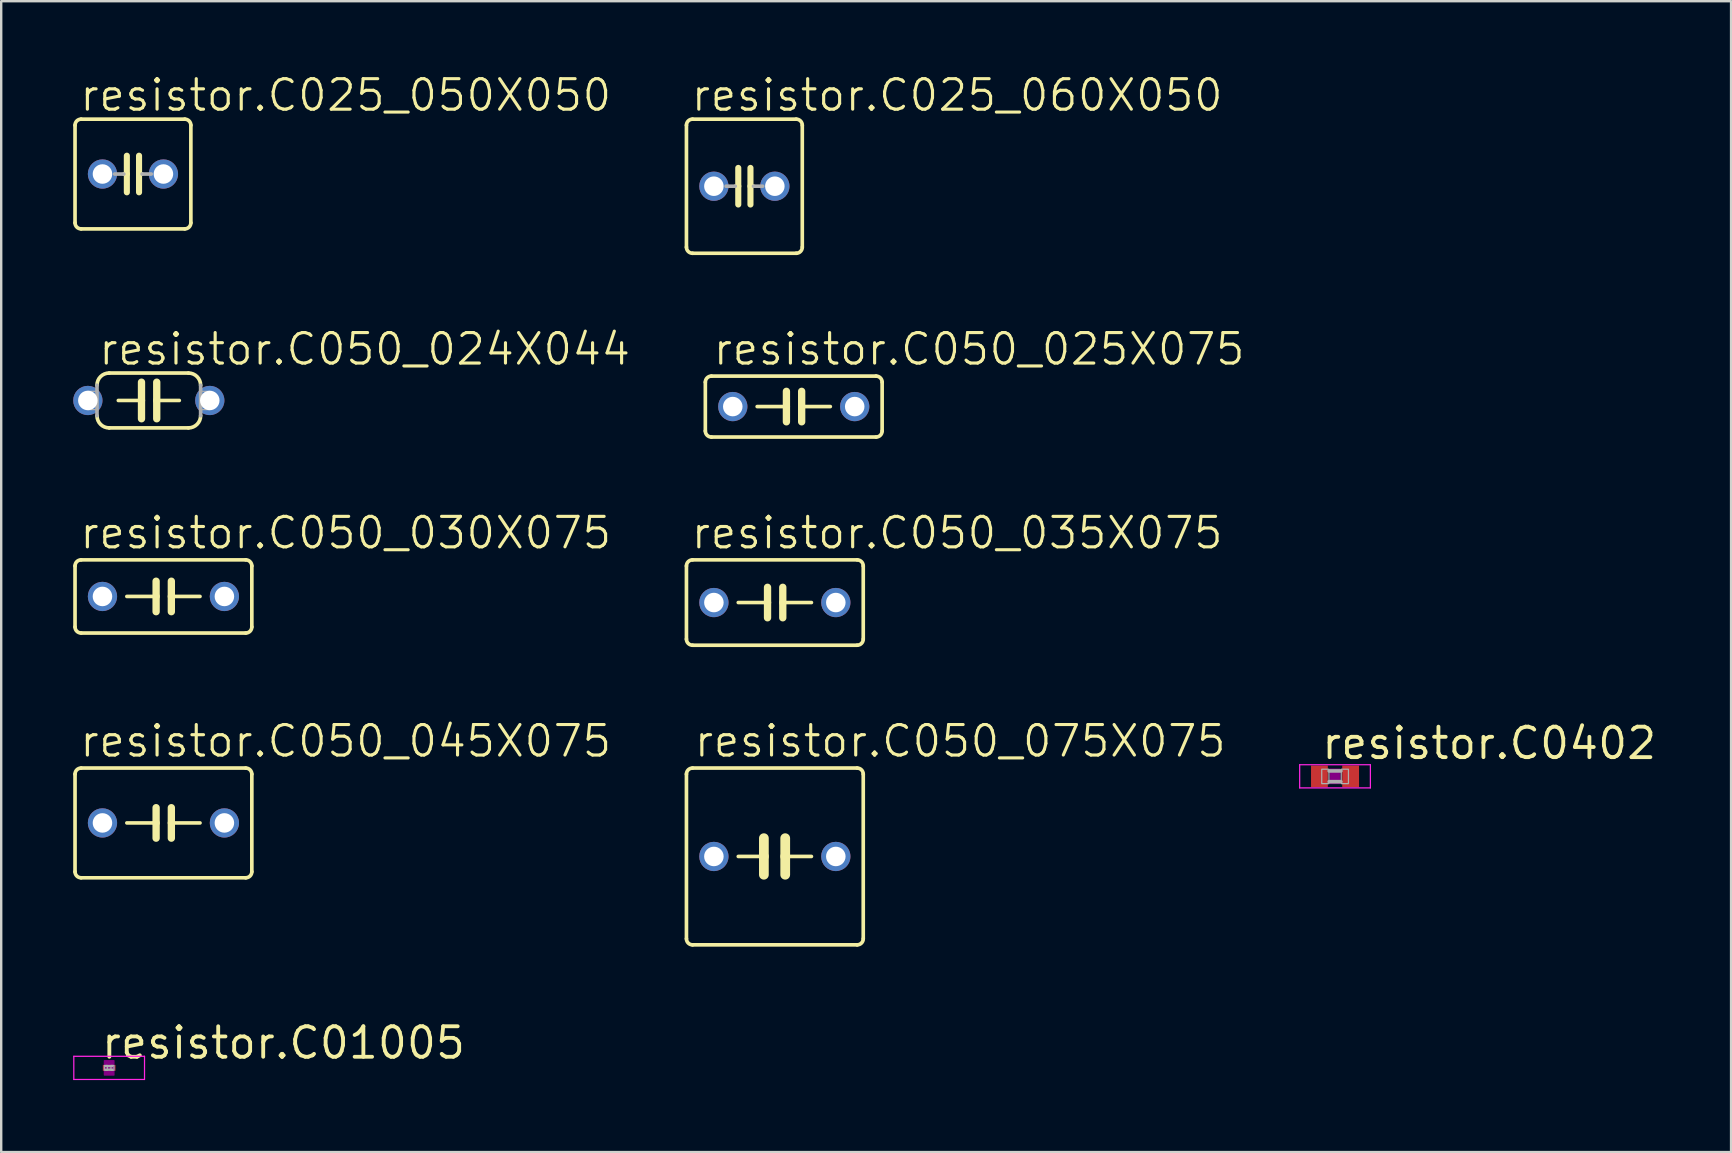
<source format=kicad_pcb>
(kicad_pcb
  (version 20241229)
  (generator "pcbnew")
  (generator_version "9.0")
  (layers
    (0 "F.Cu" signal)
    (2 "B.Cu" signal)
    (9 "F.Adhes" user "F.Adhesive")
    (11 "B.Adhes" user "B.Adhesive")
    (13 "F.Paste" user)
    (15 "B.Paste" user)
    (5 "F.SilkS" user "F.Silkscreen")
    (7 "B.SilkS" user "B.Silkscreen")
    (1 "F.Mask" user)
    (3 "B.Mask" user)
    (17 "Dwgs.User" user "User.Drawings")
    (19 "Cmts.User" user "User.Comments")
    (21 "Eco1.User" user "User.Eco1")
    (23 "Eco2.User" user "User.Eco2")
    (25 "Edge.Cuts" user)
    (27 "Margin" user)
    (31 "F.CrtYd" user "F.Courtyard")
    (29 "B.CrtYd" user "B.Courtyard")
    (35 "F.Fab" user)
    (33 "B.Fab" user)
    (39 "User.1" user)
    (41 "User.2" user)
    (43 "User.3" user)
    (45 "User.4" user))
  (footprint "resistor.C025_050X050"
    (layer "F.Cu")
    (at 2.489 4.2)
    (property "Reference" "resistor.C025_050X050" (at -2.286 -2.54 0) (layer "F.SilkS") (effects (font (size 1.27 1.27) (thickness 0.13)) (justify left bottom)))
    (attr through_hole)
    (fp_line (start -2.413 -2.032) (end -2.413 2.032) (stroke (width 0.152) (type default)) (layer "F.SilkS"))
    (fp_line (start -2.159 -2.286) (end 2.159 -2.286) (stroke (width 0.152) (type default)) (layer "F.SilkS"))
    (fp_line (start -0.254 -0.762) (end -0.254 0) (stroke (width 0.254) (type default)) (layer "F.SilkS"))
    (fp_line (start -0.254 0) (end -0.381 0) (stroke (width 0.152) (type default)) (layer "F.SilkS"))
    (fp_line (start -0.254 0) (end -0.254 0.762) (stroke (width 0.254) (type default)) (layer "F.SilkS"))
    (fp_line (start 0.254 0) (end 0.254 -0.762) (stroke (width 0.254) (type default)) (layer "F.SilkS"))
    (fp_line (start 0.254 0) (end 0.254 0.762) (stroke (width 0.254) (type default)) (layer "F.SilkS"))
    (fp_line (start 0.381 0) (end 0.254 0) (stroke (width 0.152) (type default)) (layer "F.SilkS"))
    (fp_line (start 2.159 2.286) (end -2.159 2.286) (stroke (width 0.152) (type default)) (layer "F.SilkS"))
    (fp_line (start 2.413 -2.032) (end 2.413 2.032) (stroke (width 0.152) (type default)) (layer "F.SilkS"))
    (fp_arc (start -2.413 -2.032) (mid -2.338605 -2.211605) (end -2.159 -2.286) (stroke (width 0.1524) (type default)) (layer "F.SilkS"))
    (fp_arc (start -2.159 2.286) (mid -2.338605 2.211605) (end -2.413 2.032) (stroke (width 0.1524) (type default)) (layer "F.SilkS"))
    (fp_arc (start 2.159 -2.286) (mid 2.338605 -2.211605) (end 2.413 -2.032) (stroke (width 0.1524) (type default)) (layer "F.SilkS"))
    (fp_arc (start 2.413 2.032) (mid 2.338605 2.211605) (end 2.159 2.286) (stroke (width 0.1524) (type default)) (layer "F.SilkS"))
    (fp_line (start -0.381 0) (end -0.762 0) (stroke (width 0.152) (type default)) (layer "F.Fab"))
    (fp_line (start 0.762 0) (end 0.381 0) (stroke (width 0.152) (type default)) (layer "F.Fab"))
    (pad "1" thru_hole circle (at -1.27 0) (size 1.219 1.219) (drill 0.813) (layers "*.Cu" "*.Mask"))
    (pad "2" thru_hole circle (at 1.27 0) (size 1.219 1.219) (drill 0.813) (layers "*.Cu" "*.Mask")))
  (footprint "resistor.C050_030X075"
    (layer "F.Cu")
    (at 3.759 21.8)
    (property "Reference" "resistor.C050_030X075" (at -3.556 -1.905 0) (layer "F.SilkS") (effects (font (size 1.27 1.27) (thickness 0.13)) (justify left bottom)))
    (attr through_hole)
    (fp_line (start -3.683 -1.27) (end -3.683 1.27) (stroke (width 0.152) (type default)) (layer "F.SilkS"))
    (fp_line (start -3.429 1.524) (end 3.429 1.524) (stroke (width 0.152) (type default)) (layer "F.SilkS"))
    (fp_line (start -0.305 -0.635) (end -0.305 0) (stroke (width 0.305) (type default)) (layer "F.SilkS"))
    (fp_line (start -0.305 0) (end -1.524 0) (stroke (width 0.152) (type default)) (layer "F.SilkS"))
    (fp_line (start -0.305 0) (end -0.305 0.635) (stroke (width 0.305) (type default)) (layer "F.SilkS"))
    (fp_line (start 0.33 -0.635) (end 0.33 0) (stroke (width 0.305) (type default)) (layer "F.SilkS"))
    (fp_line (start 0.33 0) (end 0.33 0.635) (stroke (width 0.305) (type default)) (layer "F.SilkS"))
    (fp_line (start 0.33 0) (end 1.524 0) (stroke (width 0.152) (type default)) (layer "F.SilkS"))
    (fp_line (start 3.429 -1.524) (end -3.429 -1.524) (stroke (width 0.152) (type default)) (layer "F.SilkS"))
    (fp_line (start 3.683 1.27) (end 3.683 -1.27) (stroke (width 0.152) (type default)) (layer "F.SilkS"))
    (fp_arc (start -3.683 -1.27) (mid -3.608605 -1.449605) (end -3.429 -1.524) (stroke (width 0.1524) (type default)) (layer "F.SilkS"))
    (fp_arc (start -3.429 1.524) (mid -3.608605 1.449605) (end -3.683 1.27) (stroke (width 0.1524) (type default)) (layer "F.SilkS"))
    (fp_arc (start 3.429 -1.524) (mid 3.608605 -1.449605) (end 3.683 -1.27) (stroke (width 0.1524) (type default)) (layer "F.SilkS"))
    (fp_arc (start 3.683 1.27) (mid 3.608605 1.449605) (end 3.429 1.524) (stroke (width 0.1524) (type default)) (layer "F.SilkS"))
    (pad "1" thru_hole circle (at -2.54 0) (size 1.219 1.219) (drill 0.813) (layers "*.Cu" "*.Mask"))
    (pad "2" thru_hole circle (at 2.54 0) (size 1.219 1.219) (drill 0.813) (layers "*.Cu" "*.Mask")))
  (footprint "resistor.C050_045X075"
    (layer "F.Cu")
    (at 3.759 31.236)
    (property "Reference" "resistor.C050_045X075" (at -3.556 -2.667 0) (layer "F.SilkS") (effects (font (size 1.27 1.27) (thickness 0.13)) (justify left bottom)))
    (attr through_hole)
    (fp_line (start -3.683 -2.032) (end -3.683 2.032) (stroke (width 0.152) (type default)) (layer "F.SilkS"))
    (fp_line (start -3.429 2.286) (end 3.429 2.286) (stroke (width 0.152) (type default)) (layer "F.SilkS"))
    (fp_line (start -0.305 -0.635) (end -0.305 0) (stroke (width 0.305) (type default)) (layer "F.SilkS"))
    (fp_line (start -0.305 0) (end -1.524 0) (stroke (width 0.152) (type default)) (layer "F.SilkS"))
    (fp_line (start -0.305 0) (end -0.305 0.635) (stroke (width 0.305) (type default)) (layer "F.SilkS"))
    (fp_line (start 0.33 -0.635) (end 0.33 0) (stroke (width 0.305) (type default)) (layer "F.SilkS"))
    (fp_line (start 0.33 0) (end 0.33 0.635) (stroke (width 0.305) (type default)) (layer "F.SilkS"))
    (fp_line (start 0.33 0) (end 1.524 0) (stroke (width 0.152) (type default)) (layer "F.SilkS"))
    (fp_line (start 3.429 -2.286) (end -3.429 -2.286) (stroke (width 0.152) (type default)) (layer "F.SilkS"))
    (fp_line (start 3.683 2.032) (end 3.683 -2.032) (stroke (width 0.152) (type default)) (layer "F.SilkS"))
    (fp_arc (start -3.683 -2.032) (mid -3.608605 -2.211605) (end -3.429 -2.286) (stroke (width 0.1524) (type default)) (layer "F.SilkS"))
    (fp_arc (start -3.429 2.286) (mid -3.608605 2.211605) (end -3.683 2.032) (stroke (width 0.1524) (type default)) (layer "F.SilkS"))
    (fp_arc (start 3.429 -2.286) (mid 3.608605 -2.211605) (end 3.683 -2.032) (stroke (width 0.1524) (type default)) (layer "F.SilkS"))
    (fp_arc (start 3.683 2.032) (mid 3.608605 2.211605) (end 3.429 2.286) (stroke (width 0.1524) (type default)) (layer "F.SilkS"))
    (pad "1" thru_hole circle (at -2.54 0) (size 1.219 1.219) (drill 0.813) (layers "*.Cu" "*.Mask"))
    (pad "2" thru_hole circle (at 2.54 0) (size 1.219 1.219) (drill 0.813) (layers "*.Cu" "*.Mask")))
  (footprint "resistor.C01005"
    (layer "F.Cu")
    (at 1.498 41.442)
    (property "Reference" "resistor.C01005" (at -0.4 -0.3 0) (layer "F.SilkS") (effects (font (size 1.27 1.27) (thickness 0.16)) (justify left bottom)))
    (attr smd)
    (fp_rect (start -0.2 0.3) (end 0.2 -0.3) (stroke (width 0.05) (type default)) (fill yes) (layer "F.Adhes"))
    (fp_line (start -1.473 -0.483) (end 1.473 -0.483) (stroke (width 0.051) (type default)) (layer "F.CrtYd"))
    (fp_line (start -1.473 0.483) (end -1.473 -0.483) (stroke (width 0.051) (type default)) (layer "F.CrtYd"))
    (fp_line (start 1.473 -0.483) (end 1.473 0.483) (stroke (width 0.051) (type default)) (layer "F.CrtYd"))
    (fp_line (start 1.473 0.483) (end -1.473 0.483) (stroke (width 0.051) (type default)) (layer "F.CrtYd"))
    (fp_rect (start -0.2 0.1) (end -0.075 -0.1) (stroke (width 0.05) (type default)) (fill no) (layer "F.Fab"))
    (fp_rect (start -0.15 -0.05) (end 0.15 -0.1) (stroke (width 0.05) (type default)) (fill no) (layer "F.Fab"))
    (fp_rect (start -0.15 0.1) (end 0.15 0.05) (stroke (width 0.05) (type default)) (fill no) (layer "F.Fab"))
    (fp_rect (start 0.075 0.1) (end 0.2 -0.1) (stroke (width 0.05) (type default)) (fill no) (layer "F.Fab"))
    (pad "1" smd roundrect (at -0.163 0) (size 0.2 0.25) (layers "F.Cu" "F.Mask" "F.Paste") (roundrect_rratio 0.01))
    (pad "2" smd roundrect (at 0.163 0) (size 0.2 0.25) (layers "F.Cu" "F.Mask" "F.Paste") (roundrect_rratio 0.01)))
  (footprint "resistor.C0402"
    (layer "F.Cu")
    (at 52.572 29.294)
    (property "Reference" "resistor.C0402" (at -0.635 -0.635 0) (layer "F.SilkS") (effects (font (size 1.27 1.27) (thickness 0.16)) (justify left bottom)))
    (attr smd)
    (fp_rect (start -0.2 0.3) (end 0.2 -0.3) (stroke (width 0.05) (type default)) (fill yes) (layer "F.Adhes"))
    (fp_line (start -1.473 -0.483) (end 1.473 -0.483) (stroke (width 0.051) (type default)) (layer "F.CrtYd"))
    (fp_line (start -1.473 0.483) (end -1.473 -0.483) (stroke (width 0.051) (type default)) (layer "F.CrtYd"))
    (fp_line (start 1.473 -0.483) (end 1.473 0.483) (stroke (width 0.051) (type default)) (layer "F.CrtYd"))
    (fp_line (start 1.473 0.483) (end -1.473 0.483) (stroke (width 0.051) (type default)) (layer "F.CrtYd"))
    (fp_line (start -0.245 -0.224) (end 0.245 -0.224) (stroke (width 0.152) (type default)) (layer "F.Fab"))
    (fp_line (start 0.245 0.224) (end -0.245 0.224) (stroke (width 0.152) (type default)) (layer "F.Fab"))
    (fp_rect (start -0.554 0.305) (end -0.254 -0.295) (stroke (width 0.05) (type default)) (fill no) (layer "F.Fab"))
    (fp_rect (start 0.259 0.305) (end 0.559 -0.295) (stroke (width 0.05) (type default)) (fill no) (layer "F.Fab"))
    (pad "1" smd roundrect (at -0.65 0) (size 0.7 0.9) (layers "F.Cu" "F.Mask" "F.Paste") (roundrect_rratio 0.01))
    (pad "2" smd roundrect (at 0.65 0) (size 0.7 0.9) (layers "F.Cu" "F.Mask" "F.Paste") (roundrect_rratio 0.01)))
  (footprint "resistor.C050_024X044"
    (layer "F.Cu")
    (at 3.15 13.635)
    (property "Reference" "resistor.C050_024X044" (at -2.159 -1.397 0) (layer "F.SilkS") (effects (font (size 1.27 1.27) (thickness 0.13)) (justify left bottom)))
    (attr through_hole)
    (fp_line (start -1.27 0) (end -0.305 0) (stroke (width 0.152) (type default)) (layer "F.SilkS"))
    (fp_line (start -0.305 -0.762) (end -0.305 0) (stroke (width 0.305) (type default)) (layer "F.SilkS"))
    (fp_line (start -0.305 0) (end -0.305 0.762) (stroke (width 0.305) (type default)) (layer "F.SilkS"))
    (fp_line (start 0.33 -0.762) (end 0.33 0) (stroke (width 0.305) (type default)) (layer "F.SilkS"))
    (fp_line (start 0.33 0) (end 0.33 0.762) (stroke (width 0.305) (type default)) (layer "F.SilkS"))
    (fp_line (start 1.27 0) (end 0.33 0) (stroke (width 0.152) (type default)) (layer "F.SilkS"))
    (fp_line (start 1.651 -1.143) (end -1.651 -1.143) (stroke (width 0.152) (type default)) (layer "F.SilkS"))
    (fp_line (start 1.651 1.143) (end -1.651 1.143) (stroke (width 0.152) (type default)) (layer "F.SilkS"))
    (fp_arc (start -2.159 -0.635) (mid -2.01021 -0.99421) (end -1.651 -1.143) (stroke (width 0.1524) (type default)) (layer "F.SilkS"))
    (fp_arc (start -1.651 1.143) (mid -2.01021 0.99421) (end -2.159 0.635) (stroke (width 0.1524) (type default)) (layer "F.SilkS"))
    (fp_arc (start 1.651 -1.143) (mid 2.01021 -0.99421) (end 2.159 -0.635) (stroke (width 0.1524) (type default)) (layer "F.SilkS"))
    (fp_arc (start 2.159 0.635) (mid 2.01021 0.99421) (end 1.651 1.143) (stroke (width 0.1524) (type default)) (layer "F.SilkS"))
    (fp_line (start -2.159 0.635) (end -2.159 -0.635) (stroke (width 0.152) (type default)) (layer "F.Fab"))
    (fp_line (start 2.159 0.635) (end 2.159 -0.635) (stroke (width 0.152) (type default)) (layer "F.Fab"))
    (fp_rect (start -2.54 0.381) (end -2.159 -0.381) (stroke (width 0.05) (type default)) (fill no) (layer "F.Fab"))
    (fp_rect (start 2.159 0.381) (end 2.54 -0.381) (stroke (width 0.05) (type default)) (fill no) (layer "F.Fab"))
    (pad "1" thru_hole circle (at -2.54 0) (size 1.219 1.219) (drill 0.813) (layers "*.Cu" "*.Mask"))
    (pad "2" thru_hole circle (at 2.54 0) (size 1.219 1.219) (drill 0.813) (layers "*.Cu" "*.Mask")))
  (footprint "resistor.C050_025X075"
    (layer "F.Cu")
    (at 30.02 13.889)
    (property "Reference" "resistor.C050_025X075" (at -3.429 -1.651 0) (layer "F.SilkS") (effects (font (size 1.27 1.27) (thickness 0.13)) (justify left bottom)))
    (attr through_hole)
    (fp_line (start -3.683 -1.016) (end -3.683 1.016) (stroke (width 0.152) (type default)) (layer "F.SilkS"))
    (fp_line (start -3.429 1.27) (end 3.429 1.27) (stroke (width 0.152) (type default)) (layer "F.SilkS"))
    (fp_line (start -0.305 -0.635) (end -0.305 0) (stroke (width 0.305) (type default)) (layer "F.SilkS"))
    (fp_line (start -0.305 0) (end -1.524 0) (stroke (width 0.152) (type default)) (layer "F.SilkS"))
    (fp_line (start -0.305 0) (end -0.305 0.635) (stroke (width 0.305) (type default)) (layer "F.SilkS"))
    (fp_line (start 0.33 -0.635) (end 0.33 0) (stroke (width 0.305) (type default)) (layer "F.SilkS"))
    (fp_line (start 0.33 0) (end 0.33 0.635) (stroke (width 0.305) (type default)) (layer "F.SilkS"))
    (fp_line (start 0.33 0) (end 1.524 0) (stroke (width 0.152) (type default)) (layer "F.SilkS"))
    (fp_line (start 3.429 -1.27) (end -3.429 -1.27) (stroke (width 0.152) (type default)) (layer "F.SilkS"))
    (fp_line (start 3.683 1.016) (end 3.683 -1.016) (stroke (width 0.152) (type default)) (layer "F.SilkS"))
    (fp_arc (start -3.683 -1.016) (mid -3.608605 -1.195605) (end -3.429 -1.27) (stroke (width 0.1524) (type default)) (layer "F.SilkS"))
    (fp_arc (start -3.429 1.27) (mid -3.608605 1.195605) (end -3.683 1.016) (stroke (width 0.1524) (type default)) (layer "F.SilkS"))
    (fp_arc (start 3.429 -1.27) (mid 3.608605 -1.195605) (end 3.683 -1.016) (stroke (width 0.1524) (type default)) (layer "F.SilkS"))
    (fp_arc (start 3.683 1.016) (mid 3.608605 1.195605) (end 3.429 1.27) (stroke (width 0.1524) (type default)) (layer "F.SilkS"))
    (pad "1" thru_hole circle (at -2.54 0) (size 1.219 1.219) (drill 0.813) (layers "*.Cu" "*.Mask"))
    (pad "2" thru_hole circle (at 2.54 0) (size 1.219 1.219) (drill 0.813) (layers "*.Cu" "*.Mask")))
  (footprint "resistor.C025_060X050"
    (layer "F.Cu")
    (at 27.963 4.708)
    (property "Reference" "resistor.C025_060X050" (at -2.286 -3.048 0) (layer "F.SilkS") (effects (font (size 1.27 1.27) (thickness 0.13)) (justify left bottom)))
    (attr through_hole)
    (fp_line (start -2.413 -2.54) (end -2.413 2.54) (stroke (width 0.152) (type default)) (layer "F.SilkS"))
    (fp_line (start -2.159 -2.794) (end 2.159 -2.794) (stroke (width 0.152) (type default)) (layer "F.SilkS"))
    (fp_line (start -0.254 -0.762) (end -0.254 0) (stroke (width 0.254) (type default)) (layer "F.SilkS"))
    (fp_line (start -0.254 0) (end -0.381 0) (stroke (width 0.152) (type default)) (layer "F.SilkS"))
    (fp_line (start -0.254 0) (end -0.254 0.762) (stroke (width 0.254) (type default)) (layer "F.SilkS"))
    (fp_line (start 0.254 0) (end 0.254 -0.762) (stroke (width 0.254) (type default)) (layer "F.SilkS"))
    (fp_line (start 0.254 0) (end 0.254 0.762) (stroke (width 0.254) (type default)) (layer "F.SilkS"))
    (fp_line (start 0.381 0) (end 0.254 0) (stroke (width 0.152) (type default)) (layer "F.SilkS"))
    (fp_line (start 2.159 2.794) (end -2.159 2.794) (stroke (width 0.152) (type default)) (layer "F.SilkS"))
    (fp_line (start 2.413 -2.54) (end 2.413 2.54) (stroke (width 0.152) (type default)) (layer "F.SilkS"))
    (fp_arc (start -2.413 -2.54) (mid -2.338605 -2.719605) (end -2.159 -2.794) (stroke (width 0.1524) (type default)) (layer "F.SilkS"))
    (fp_arc (start -2.159 2.794) (mid -2.338605 2.719605) (end -2.413 2.54) (stroke (width 0.1524) (type default)) (layer "F.SilkS"))
    (fp_arc (start 2.159 -2.794) (mid 2.338605 -2.719605) (end 2.413 -2.54) (stroke (width 0.1524) (type default)) (layer "F.SilkS"))
    (fp_arc (start 2.413 2.54) (mid 2.338605 2.719605) (end 2.159 2.794) (stroke (width 0.1524) (type default)) (layer "F.SilkS"))
    (fp_line (start -0.381 0) (end -0.762 0) (stroke (width 0.152) (type default)) (layer "F.Fab"))
    (fp_line (start 0.762 0) (end 0.381 0) (stroke (width 0.152) (type default)) (layer "F.Fab"))
    (pad "1" thru_hole circle (at -1.27 0) (size 1.219 1.219) (drill 0.813) (layers "*.Cu" "*.Mask"))
    (pad "2" thru_hole circle (at 1.27 0) (size 1.219 1.219) (drill 0.813) (layers "*.Cu" "*.Mask")))
  (footprint "resistor.C050_035X075"
    (layer "F.Cu")
    (at 29.233 22.054)
    (property "Reference" "resistor.C050_035X075" (at -3.556 -2.159 0) (layer "F.SilkS") (effects (font (size 1.27 1.27) (thickness 0.13)) (justify left bottom)))
    (attr through_hole)
    (fp_line (start -3.683 -1.524) (end -3.683 1.524) (stroke (width 0.152) (type default)) (layer "F.SilkS"))
    (fp_line (start -3.429 1.778) (end 3.429 1.778) (stroke (width 0.152) (type default)) (layer "F.SilkS"))
    (fp_line (start -0.305 -0.635) (end -0.305 0) (stroke (width 0.305) (type default)) (layer "F.SilkS"))
    (fp_line (start -0.305 0) (end -1.524 0) (stroke (width 0.152) (type default)) (layer "F.SilkS"))
    (fp_line (start -0.305 0) (end -0.305 0.635) (stroke (width 0.305) (type default)) (layer "F.SilkS"))
    (fp_line (start 0.33 -0.635) (end 0.33 0) (stroke (width 0.305) (type default)) (layer "F.SilkS"))
    (fp_line (start 0.33 0) (end 0.33 0.635) (stroke (width 0.305) (type default)) (layer "F.SilkS"))
    (fp_line (start 0.33 0) (end 1.524 0) (stroke (width 0.152) (type default)) (layer "F.SilkS"))
    (fp_line (start 3.429 -1.778) (end -3.429 -1.778) (stroke (width 0.152) (type default)) (layer "F.SilkS"))
    (fp_line (start 3.683 1.524) (end 3.683 -1.524) (stroke (width 0.152) (type default)) (layer "F.SilkS"))
    (fp_arc (start -3.683 -1.524) (mid -3.608605 -1.703605) (end -3.429 -1.778) (stroke (width 0.1524) (type default)) (layer "F.SilkS"))
    (fp_arc (start -3.429 1.778) (mid -3.608605 1.703605) (end -3.683 1.524) (stroke (width 0.1524) (type default)) (layer "F.SilkS"))
    (fp_arc (start 3.429 -1.778) (mid 3.608605 -1.703605) (end 3.683 -1.524) (stroke (width 0.1524) (type default)) (layer "F.SilkS"))
    (fp_arc (start 3.683 1.524) (mid 3.608605 1.703605) (end 3.429 1.778) (stroke (width 0.1524) (type default)) (layer "F.SilkS"))
    (pad "1" thru_hole circle (at -2.54 0) (size 1.219 1.219) (drill 0.813) (layers "*.Cu" "*.Mask"))
    (pad "2" thru_hole circle (at 2.54 0) (size 1.219 1.219) (drill 0.813) (layers "*.Cu" "*.Mask")))
  (footprint "resistor.C050_075X075"
    (layer "F.Cu")
    (at 29.233 32.633)
    (property "Reference" "resistor.C050_075X075" (at -3.429 -4.064 0) (layer "F.SilkS") (effects (font (size 1.27 1.27) (thickness 0.13)) (justify left bottom)))
    (attr through_hole)
    (fp_line (start -3.683 -3.429) (end -3.683 3.429) (stroke (width 0.152) (type default)) (layer "F.SilkS"))
    (fp_line (start -3.429 3.683) (end 3.429 3.683) (stroke (width 0.152) (type default)) (layer "F.SilkS"))
    (fp_line (start -1.524 0) (end -0.457 0) (stroke (width 0.152) (type default)) (layer "F.SilkS"))
    (fp_line (start -0.457 0) (end -0.457 -0.762) (stroke (width 0.406) (type default)) (layer "F.SilkS"))
    (fp_line (start -0.457 0) (end -0.457 0.762) (stroke (width 0.406) (type default)) (layer "F.SilkS"))
    (fp_line (start 0.432 -0.762) (end 0.432 0) (stroke (width 0.406) (type default)) (layer "F.SilkS"))
    (fp_line (start 0.432 0) (end 0.432 0.762) (stroke (width 0.406) (type default)) (layer "F.SilkS"))
    (fp_line (start 0.432 0) (end 1.524 0) (stroke (width 0.152) (type default)) (layer "F.SilkS"))
    (fp_line (start 3.429 -3.683) (end -3.429 -3.683) (stroke (width 0.152) (type default)) (layer "F.SilkS"))
    (fp_line (start 3.683 3.429) (end 3.683 -3.429) (stroke (width 0.152) (type default)) (layer "F.SilkS"))
    (fp_arc (start -3.683 -3.429) (mid -3.608605 -3.608605) (end -3.429 -3.683) (stroke (width 0.1524) (type default)) (layer "F.SilkS"))
    (fp_arc (start -3.429 3.683) (mid -3.608605 3.608605) (end -3.683 3.429) (stroke (width 0.1524) (type default)) (layer "F.SilkS"))
    (fp_arc (start 3.429 -3.683) (mid 3.608605 -3.608605) (end 3.683 -3.429) (stroke (width 0.1524) (type default)) (layer "F.SilkS"))
    (fp_arc (start 3.683 3.429) (mid 3.608605 3.608605) (end 3.429 3.683) (stroke (width 0.1524) (type default)) (layer "F.SilkS"))
    (pad "1" thru_hole circle (at -2.54 0) (size 1.219 1.219) (drill 0.813) (layers "*.Cu" "*.Mask"))
    (pad "2" thru_hole circle (at 2.54 0) (size 1.219 1.219) (drill 0.813) (layers "*.Cu" "*.Mask")))
  (gr_rect
    (start -3 -3)
    (end 69.073 44.95)
    (stroke (width 0.1) (type default))
    (fill no)
    (layer "Edge.Cuts")))
</source>
